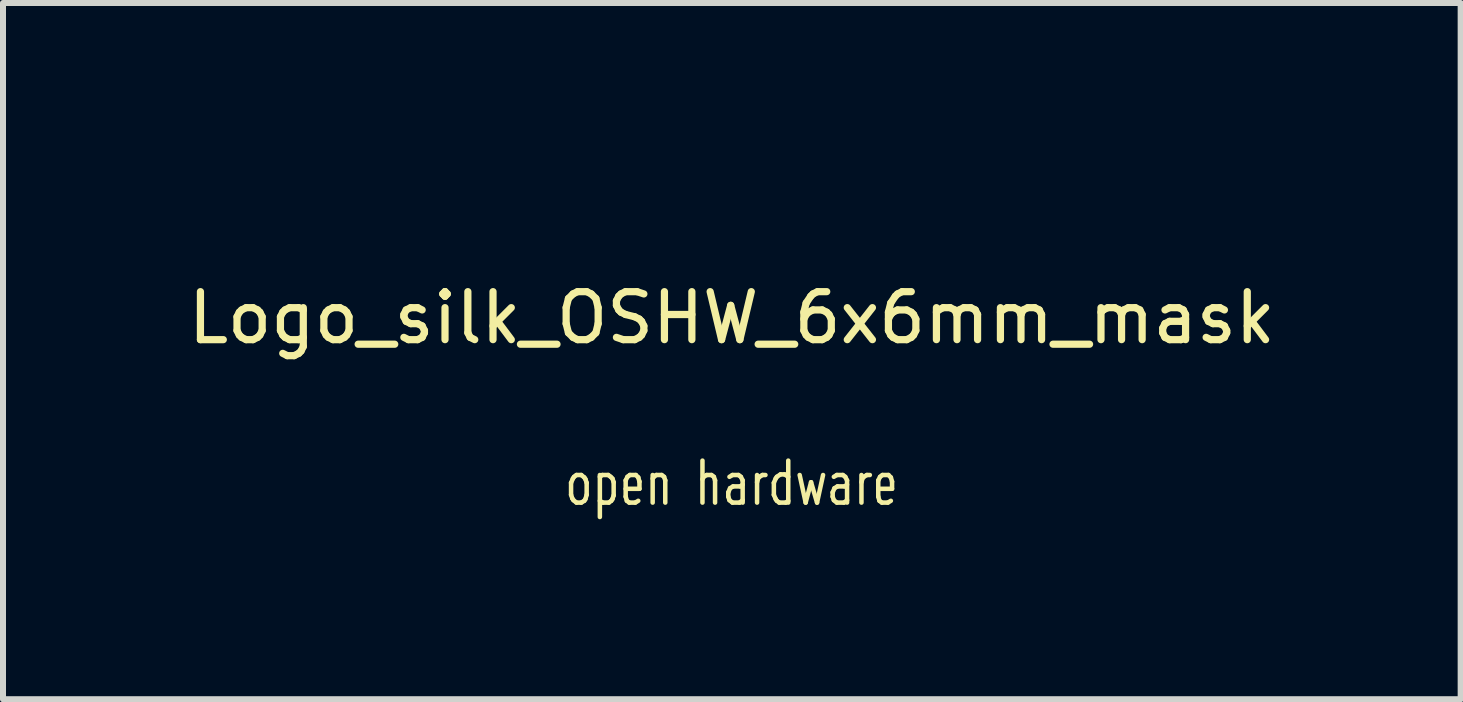
<source format=kicad_pcb>
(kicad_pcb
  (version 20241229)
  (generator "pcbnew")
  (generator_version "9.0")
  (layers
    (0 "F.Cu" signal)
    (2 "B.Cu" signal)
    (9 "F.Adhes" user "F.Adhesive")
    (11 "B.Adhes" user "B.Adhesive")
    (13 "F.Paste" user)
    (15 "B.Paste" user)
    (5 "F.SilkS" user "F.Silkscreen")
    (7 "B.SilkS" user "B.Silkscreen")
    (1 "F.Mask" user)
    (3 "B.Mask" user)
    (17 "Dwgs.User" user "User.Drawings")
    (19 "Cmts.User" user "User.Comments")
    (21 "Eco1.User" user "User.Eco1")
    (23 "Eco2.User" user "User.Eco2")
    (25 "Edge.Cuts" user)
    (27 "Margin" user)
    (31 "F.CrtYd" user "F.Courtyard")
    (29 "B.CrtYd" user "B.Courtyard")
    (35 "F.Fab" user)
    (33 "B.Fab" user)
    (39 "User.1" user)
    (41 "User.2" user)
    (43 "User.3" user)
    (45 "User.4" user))
  (footprint "Logo_silk_OSHW_6x6mm_mask"
    (layer "F.Cu")
    (at 9.148 2.247)
    (property "Reference" "Logo_silk_OSHW_6x6mm_mask" (at 0 0 0) (layer "F.SilkS") (effects (font (size 0.8 0.8) (thickness 0.12))))
    (attr through_hole)
    (fp_poly (pts (xy -1.514 2.245) (xy -1.488 2.23) (xy -1.43 2.195) (xy -1.346 2.139) (xy -1.247 2.073) (xy -1.148 2.007) (xy -1.067 1.953) (xy -1.011 1.915) (xy -0.986 1.902) (xy -0.973 1.908) (xy -0.927 1.93) (xy -0.859 1.966) (xy -0.818 1.986) (xy -0.757 2.012) (xy -0.724 2.019) (xy -0.719 2.009) (xy -0.696 1.961) (xy -0.66 1.88) (xy -0.615 1.77) (xy -0.559 1.643) (xy -0.503 1.509) (xy -0.445 1.369) (xy -0.389 1.234) (xy -0.34 1.115) (xy -0.3 1.019) (xy -0.274 0.95) (xy -0.264 0.922) (xy -0.267 0.914) (xy -0.3 0.884) (xy -0.353 0.843) (xy -0.472 0.747) (xy -0.589 0.602) (xy -0.66 0.437) (xy -0.683 0.251) (xy -0.663 0.081) (xy -0.597 -0.081) (xy -0.483 -0.229) (xy -0.343 -0.338) (xy -0.18 -0.406) (xy 0 -0.429) (xy 0.173 -0.409) (xy 0.34 -0.343) (xy 0.488 -0.231) (xy 0.551 -0.16) (xy 0.638 -0.01) (xy 0.686 0.147) (xy 0.691 0.188) (xy 0.683 0.363) (xy 0.632 0.533) (xy 0.538 0.683) (xy 0.409 0.808) (xy 0.394 0.818) (xy 0.335 0.864) (xy 0.295 0.894) (xy 0.264 0.919) (xy 0.488 1.458) (xy 0.523 1.542) (xy 0.584 1.689) (xy 0.638 1.816) (xy 0.681 1.918) (xy 0.711 1.984) (xy 0.724 2.012) (xy 0.724 2.014) (xy 0.744 2.017) (xy 0.785 2.002) (xy 0.861 1.966) (xy 0.909 1.941) (xy 0.968 1.913) (xy 0.993 1.902) (xy 1.016 1.915) (xy 1.069 1.951) (xy 1.151 2.004) (xy 1.247 2.068) (xy 1.339 2.131) (xy 1.422 2.187) (xy 1.483 2.225) (xy 1.514 2.243) (xy 1.519 2.243) (xy 1.544 2.228) (xy 1.593 2.187) (xy 1.666 2.118) (xy 1.77 2.014) (xy 1.786 1.999) (xy 1.872 1.913) (xy 1.941 1.839) (xy 1.986 1.788) (xy 2.004 1.765) (xy 1.989 1.735) (xy 1.951 1.674) (xy 1.895 1.587) (xy 1.826 1.488) (xy 1.648 1.229) (xy 1.745 0.986) (xy 1.775 0.909) (xy 1.814 0.82) (xy 1.841 0.754) (xy 1.857 0.726) (xy 1.882 0.716) (xy 1.951 0.701) (xy 2.047 0.681) (xy 2.162 0.66) (xy 2.273 0.64) (xy 2.372 0.62) (xy 2.443 0.607) (xy 2.477 0.599) (xy 2.484 0.594) (xy 2.492 0.579) (xy 2.494 0.546) (xy 2.497 0.485) (xy 2.499 0.391) (xy 2.499 0.251) (xy 2.499 0.236) (xy 2.497 0.107) (xy 2.494 0) (xy 2.492 -0.066) (xy 2.487 -0.094) (xy 2.456 -0.102) (xy 2.385 -0.117) (xy 2.286 -0.135) (xy 2.167 -0.157) (xy 2.159 -0.16) (xy 2.042 -0.183) (xy 1.943 -0.203) (xy 1.872 -0.218) (xy 1.844 -0.229) (xy 1.836 -0.236) (xy 1.814 -0.282) (xy 1.781 -0.356) (xy 1.74 -0.445) (xy 1.702 -0.538) (xy 1.669 -0.622) (xy 1.646 -0.683) (xy 1.638 -0.711) (xy 1.641 -0.714) (xy 1.659 -0.742) (xy 1.699 -0.803) (xy 1.755 -0.886) (xy 1.824 -0.988) (xy 1.829 -0.996) (xy 1.897 -1.095) (xy 1.953 -1.181) (xy 1.989 -1.24) (xy 2.004 -1.267) (xy 2.004 -1.27) (xy 1.981 -1.3) (xy 1.93 -1.356) (xy 1.857 -1.433) (xy 1.77 -1.521) (xy 1.742 -1.547) (xy 1.643 -1.643) (xy 1.577 -1.704) (xy 1.534 -1.737) (xy 1.514 -1.745) (xy 1.483 -1.727) (xy 1.42 -1.687) (xy 1.336 -1.628) (xy 1.234 -1.56) (xy 1.227 -1.554) (xy 1.128 -1.486) (xy 1.044 -1.43) (xy 0.986 -1.389) (xy 0.958 -1.374) (xy 0.955 -1.374) (xy 0.914 -1.387) (xy 0.843 -1.412) (xy 0.754 -1.445) (xy 0.663 -1.483) (xy 0.579 -1.519) (xy 0.516 -1.547) (xy 0.485 -1.565) (xy 0.475 -1.6) (xy 0.457 -1.676) (xy 0.437 -1.778) (xy 0.411 -1.9) (xy 0.409 -1.92) (xy 0.386 -2.04) (xy 0.368 -2.139) (xy 0.353 -2.207) (xy 0.345 -2.235) (xy 0.33 -2.238) (xy 0.272 -2.243) (xy 0.183 -2.245) (xy 0.074 -2.245) (xy -0.038 -2.245) (xy -0.147 -2.243) (xy -0.241 -2.24) (xy -0.31 -2.235) (xy -0.338 -2.23) (xy -0.338 -2.228) (xy -0.348 -2.189) (xy -0.366 -2.116) (xy -0.386 -2.012) (xy -0.409 -1.89) (xy -0.414 -1.867) (xy -0.437 -1.75) (xy -0.457 -1.651) (xy -0.47 -1.585) (xy -0.478 -1.557) (xy -0.49 -1.552) (xy -0.538 -1.532) (xy -0.617 -1.499) (xy -0.716 -1.458) (xy -0.945 -1.367) (xy -1.227 -1.557) (xy -1.252 -1.575) (xy -1.354 -1.643) (xy -1.435 -1.699) (xy -1.494 -1.737) (xy -1.516 -1.75) (xy -1.519 -1.75) (xy -1.547 -1.725) (xy -1.603 -1.671) (xy -1.679 -1.598) (xy -1.768 -1.511) (xy -1.831 -1.445) (xy -1.91 -1.367) (xy -1.958 -1.313) (xy -1.986 -1.28) (xy -1.994 -1.26) (xy -1.991 -1.245) (xy -1.974 -1.217) (xy -1.933 -1.156) (xy -1.875 -1.069) (xy -1.806 -0.97) (xy -1.75 -0.886) (xy -1.689 -0.792) (xy -1.651 -0.726) (xy -1.636 -0.693) (xy -1.641 -0.681) (xy -1.659 -0.625) (xy -1.694 -0.541) (xy -1.735 -0.442) (xy -1.834 -0.221) (xy -1.979 -0.193) (xy -2.068 -0.175) (xy -2.189 -0.152) (xy -2.309 -0.13) (xy -2.492 -0.094) (xy -2.499 0.582) (xy -2.471 0.594) (xy -2.443 0.602) (xy -2.375 0.617) (xy -2.278 0.638) (xy -2.162 0.658) (xy -2.065 0.676) (xy -1.966 0.696) (xy -1.895 0.709) (xy -1.864 0.716) (xy -1.854 0.726) (xy -1.831 0.775) (xy -1.796 0.851) (xy -1.755 0.942) (xy -1.717 1.036) (xy -1.681 1.125) (xy -1.659 1.191) (xy -1.648 1.224) (xy -1.661 1.252) (xy -1.699 1.311) (xy -1.753 1.392) (xy -1.821 1.491) (xy -1.887 1.587) (xy -1.946 1.671) (xy -1.984 1.732) (xy -2.002 1.76) (xy -1.991 1.778) (xy -1.953 1.826) (xy -1.88 1.902) (xy -1.768 2.012) (xy -1.75 2.029) (xy -1.664 2.113) (xy -1.59 2.182) (xy -1.537 2.228) (xy -1.514 2.245)) (stroke (width 0.003) (type solid)) (fill yes) (layer "F.Mask"))
    (fp_line (start -2.68 2.75) (end -2.68 2.95) (stroke (width 0.075) (type solid)) (layer "F.SilkS"))
    (fp_line (start -2.68 2.95) (end -2.66 3.01) (stroke (width 0.075) (type solid)) (layer "F.SilkS"))
    (fp_line (start -2.66 3.01) (end -2.64 3.04) (stroke (width 0.075) (type solid)) (layer "F.SilkS"))
    (fp_line (start -2.65 2.68) (end -2.68 2.75) (stroke (width 0.075) (type solid)) (layer "F.SilkS"))
    (fp_line (start -2.64 3.04) (end -2.59 3.08) (stroke (width 0.075) (type solid)) (layer "F.SilkS"))
    (fp_line (start -2.63 2.65) (end -2.65 2.68) (stroke (width 0.075) (type solid)) (layer "F.SilkS"))
    (fp_line (start -2.59 2.62) (end -2.63 2.65) (stroke (width 0.075) (type solid)) (layer "F.SilkS"))
    (fp_line (start -2.59 3.08) (end -2.51 3.08) (stroke (width 0.075) (type solid)) (layer "F.SilkS"))
    (fp_line (start -2.51 2.62) (end -2.59 2.62) (stroke (width 0.075) (type solid)) (layer "F.SilkS"))
    (fp_line (start -2.51 3.08) (end -2.46 3.05) (stroke (width 0.075) (type solid)) (layer "F.SilkS"))
    (fp_line (start -2.46 2.66) (end -2.51 2.62) (stroke (width 0.075) (type solid)) (layer "F.SilkS"))
    (fp_line (start -2.46 3.05) (end -2.44 3.02) (stroke (width 0.075) (type solid)) (layer "F.SilkS"))
    (fp_line (start -2.44 2.69) (end -2.46 2.66) (stroke (width 0.075) (type solid)) (layer "F.SilkS"))
    (fp_line (start -2.44 3.02) (end -2.42 2.95) (stroke (width 0.075) (type solid)) (layer "F.SilkS"))
    (fp_line (start -2.42 2.75) (end -2.44 2.69) (stroke (width 0.075) (type solid)) (layer "F.SilkS"))
    (fp_line (start -2.42 2.95) (end -2.42 2.75) (stroke (width 0.075) (type solid)) (layer "F.SilkS"))
    (fp_line (start -2.2 2.65) (end -2.16 2.62) (stroke (width 0.075) (type solid)) (layer "F.SilkS"))
    (fp_line (start -2.2 3.32) (end -2.2 2.62) (stroke (width 0.075) (type solid)) (layer "F.SilkS"))
    (fp_line (start -2.16 2.62) (end -2.06 2.62) (stroke (width 0.075) (type solid)) (layer "F.SilkS"))
    (fp_line (start -2.15 3.08) (end -2.2 3.05) (stroke (width 0.075) (type solid)) (layer "F.SilkS"))
    (fp_line (start -2.06 2.62) (end -2.02 2.65) (stroke (width 0.075) (type solid)) (layer "F.SilkS"))
    (fp_line (start -2.05 3.08) (end -2.15 3.08) (stroke (width 0.075) (type solid)) (layer "F.SilkS"))
    (fp_line (start -2.02 2.65) (end -1.99 2.68) (stroke (width 0.075) (type solid)) (layer "F.SilkS"))
    (fp_line (start -2.01 3.05) (end -2.05 3.08) (stroke (width 0.075) (type solid)) (layer "F.SilkS"))
    (fp_line (start -1.99 2.68) (end -1.97 2.74) (stroke (width 0.075) (type solid)) (layer "F.SilkS"))
    (fp_line (start -1.99 3.02) (end -2.01 3.05) (stroke (width 0.075) (type solid)) (layer "F.SilkS"))
    (fp_line (start -1.97 2.74) (end -1.97 2.96) (stroke (width 0.075) (type solid)) (layer "F.SilkS"))
    (fp_line (start -1.97 2.96) (end -1.99 3.02) (stroke (width 0.075) (type solid)) (layer "F.SilkS"))
    (fp_line (start -1.77 2.71) (end -1.77 2.98) (stroke (width 0.075) (type solid)) (layer "F.SilkS"))
    (fp_line (start -1.77 2.98) (end -1.75 3.05) (stroke (width 0.075) (type solid)) (layer "F.SilkS"))
    (fp_line (start -1.75 3.05) (end -1.71 3.08) (stroke (width 0.075) (type solid)) (layer "F.SilkS"))
    (fp_line (start -1.74 2.65) (end -1.77 2.71) (stroke (width 0.075) (type solid)) (layer "F.SilkS"))
    (fp_line (start -1.71 3.08) (end -1.61 3.08) (stroke (width 0.075) (type solid)) (layer "F.SilkS"))
    (fp_line (start -1.7 2.62) (end -1.74 2.65) (stroke (width 0.075) (type solid)) (layer "F.SilkS"))
    (fp_line (start -1.61 3.08) (end -1.56 3.05) (stroke (width 0.075) (type solid)) (layer "F.SilkS"))
    (fp_line (start -1.6 2.62) (end -1.7 2.62) (stroke (width 0.075) (type solid)) (layer "F.SilkS"))
    (fp_line (start -1.56 2.66) (end -1.6 2.62) (stroke (width 0.075) (type solid)) (layer "F.SilkS"))
    (fp_line (start -1.54 2.73) (end -1.56 2.66) (stroke (width 0.075) (type solid)) (layer "F.SilkS"))
    (fp_line (start -1.54 2.85) (end -1.77 2.85) (stroke (width 0.075) (type solid)) (layer "F.SilkS"))
    (fp_line (start -1.54 2.85) (end -1.54 2.73) (stroke (width 0.075) (type solid)) (layer "F.SilkS"))
    (fp_line (start -1.32 2.62) (end -1.32 3.08) (stroke (width 0.075) (type solid)) (layer "F.SilkS"))
    (fp_line (start -1.32 2.68) (end -1.3 2.65) (stroke (width 0.075) (type solid)) (layer "F.SilkS"))
    (fp_line (start -1.3 2.65) (end -1.26 2.62) (stroke (width 0.075) (type solid)) (layer "F.SilkS"))
    (fp_line (start -1.26 2.62) (end -1.17 2.62) (stroke (width 0.075) (type solid)) (layer "F.SilkS"))
    (fp_line (start -1.17 2.62) (end -1.13 2.65) (stroke (width 0.075) (type solid)) (layer "F.SilkS"))
    (fp_line (start -1.13 2.65) (end -1.11 2.71) (stroke (width 0.075) (type solid)) (layer "F.SilkS"))
    (fp_line (start -1.11 2.71) (end -1.11 3.08) (stroke (width 0.075) (type solid)) (layer "F.SilkS"))
    (fp_line (start -0.49 2.38) (end -0.49 3.08) (stroke (width 0.075) (type solid)) (layer "F.SilkS"))
    (fp_line (start -0.49 2.69) (end -0.47 2.65) (stroke (width 0.075) (type solid)) (layer "F.SilkS"))
    (fp_line (start -0.47 2.65) (end -0.42 2.62) (stroke (width 0.075) (type solid)) (layer "F.SilkS"))
    (fp_line (start -0.42 2.62) (end -0.34 2.62) (stroke (width 0.075) (type solid)) (layer "F.SilkS"))
    (fp_line (start -0.34 2.62) (end -0.3 2.65) (stroke (width 0.075) (type solid)) (layer "F.SilkS"))
    (fp_line (start -0.3 2.65) (end -0.28 2.71) (stroke (width 0.075) (type solid)) (layer "F.SilkS"))
    (fp_line (start -0.28 2.71) (end -0.28 3.08) (stroke (width 0.075) (type solid)) (layer "F.SilkS"))
    (fp_line (start -0.06 2.91) (end -0.06 2.98) (stroke (width 0.075) (type solid)) (layer "F.SilkS"))
    (fp_line (start -0.06 2.98) (end -0.04 3.04) (stroke (width 0.075) (type solid)) (layer "F.SilkS"))
    (fp_line (start -0.04 2.65) (end 0.01 2.62) (stroke (width 0.075) (type solid)) (layer "F.SilkS"))
    (fp_line (start -0.04 3.04) (end 0.01 3.08) (stroke (width 0.075) (type solid)) (layer "F.SilkS"))
    (fp_line (start -0.03 2.84) (end -0.06 2.91) (stroke (width 0.075) (type solid)) (layer "F.SilkS"))
    (fp_line (start 0.01 2.62) (end 0.11 2.62) (stroke (width 0.075) (type solid)) (layer "F.SilkS"))
    (fp_line (start 0.01 3.08) (end 0.13 3.08) (stroke (width 0.075) (type solid)) (layer "F.SilkS"))
    (fp_line (start 0.02 2.81) (end -0.03 2.84) (stroke (width 0.075) (type solid)) (layer "F.SilkS"))
    (fp_line (start 0.11 2.62) (end 0.15 2.65) (stroke (width 0.075) (type solid)) (layer "F.SilkS"))
    (fp_line (start 0.13 3.08) (end 0.18 3.04) (stroke (width 0.075) (type solid)) (layer "F.SilkS"))
    (fp_line (start 0.14 2.81) (end 0.02 2.81) (stroke (width 0.075) (type solid)) (layer "F.SilkS"))
    (fp_line (start 0.15 2.65) (end 0.18 2.71) (stroke (width 0.075) (type solid)) (layer "F.SilkS"))
    (fp_line (start 0.18 2.71) (end 0.18 3.08) (stroke (width 0.075) (type solid)) (layer "F.SilkS"))
    (fp_line (start 0.18 2.78) (end 0.14 2.81) (stroke (width 0.075) (type solid)) (layer "F.SilkS"))
    (fp_line (start 0.42 2.62) (end 0.42 3.08) (stroke (width 0.075) (type solid)) (layer "F.SilkS"))
    (fp_line (start 0.42 2.74) (end 0.44 2.67) (stroke (width 0.075) (type solid)) (layer "F.SilkS"))
    (fp_line (start 0.44 2.67) (end 0.46 2.65) (stroke (width 0.075) (type solid)) (layer "F.SilkS"))
    (fp_line (start 0.46 2.65) (end 0.51 2.62) (stroke (width 0.075) (type solid)) (layer "F.SilkS"))
    (fp_line (start 0.51 2.62) (end 0.56 2.62) (stroke (width 0.075) (type solid)) (layer "F.SilkS"))
    (fp_line (start 0.7 2.75) (end 0.73 2.68) (stroke (width 0.075) (type solid)) (layer "F.SilkS"))
    (fp_line (start 0.7 2.95) (end 0.7 2.75) (stroke (width 0.075) (type solid)) (layer "F.SilkS"))
    (fp_line (start 0.73 2.68) (end 0.75 2.65) (stroke (width 0.075) (type solid)) (layer "F.SilkS"))
    (fp_line (start 0.73 3.02) (end 0.7 2.95) (stroke (width 0.075) (type solid)) (layer "F.SilkS"))
    (fp_line (start 0.75 2.65) (end 0.81 2.61) (stroke (width 0.075) (type solid)) (layer "F.SilkS"))
    (fp_line (start 0.75 3.05) (end 0.73 3.02) (stroke (width 0.075) (type solid)) (layer "F.SilkS"))
    (fp_line (start 0.79 3.08) (end 0.75 3.05) (stroke (width 0.075) (type solid)) (layer "F.SilkS"))
    (fp_line (start 0.81 2.61) (end 0.88 2.61) (stroke (width 0.075) (type solid)) (layer "F.SilkS"))
    (fp_line (start 0.88 2.61) (end 0.94 2.65) (stroke (width 0.075) (type solid)) (layer "F.SilkS"))
    (fp_line (start 0.9 3.08) (end 0.79 3.08) (stroke (width 0.075) (type solid)) (layer "F.SilkS"))
    (fp_line (start 0.94 2.38) (end 0.94 3.08) (stroke (width 0.075) (type solid)) (layer "F.SilkS"))
    (fp_line (start 0.94 3.05) (end 0.9 3.08) (stroke (width 0.075) (type solid)) (layer "F.SilkS"))
    (fp_line (start 1.13 2.62) (end 1.23 3.08) (stroke (width 0.075) (type solid)) (layer "F.SilkS"))
    (fp_line (start 1.23 3.08) (end 1.32 2.74) (stroke (width 0.075) (type solid)) (layer "F.SilkS"))
    (fp_line (start 1.32 2.74) (end 1.42 3.08) (stroke (width 0.075) (type solid)) (layer "F.SilkS"))
    (fp_line (start 1.42 3.08) (end 1.52 2.62) (stroke (width 0.075) (type solid)) (layer "F.SilkS"))
    (fp_line (start 1.68 2.91) (end 1.68 2.98) (stroke (width 0.075) (type solid)) (layer "F.SilkS"))
    (fp_line (start 1.68 2.98) (end 1.7 3.04) (stroke (width 0.075) (type solid)) (layer "F.SilkS"))
    (fp_line (start 1.7 2.65) (end 1.75 2.62) (stroke (width 0.075) (type solid)) (layer "F.SilkS"))
    (fp_line (start 1.7 3.04) (end 1.75 3.08) (stroke (width 0.075) (type solid)) (layer "F.SilkS"))
    (fp_line (start 1.71 2.84) (end 1.68 2.91) (stroke (width 0.075) (type solid)) (layer "F.SilkS"))
    (fp_line (start 1.75 2.62) (end 1.85 2.62) (stroke (width 0.075) (type solid)) (layer "F.SilkS"))
    (fp_line (start 1.75 3.08) (end 1.87 3.08) (stroke (width 0.075) (type solid)) (layer "F.SilkS"))
    (fp_line (start 1.76 2.81) (end 1.71 2.84) (stroke (width 0.075) (type solid)) (layer "F.SilkS"))
    (fp_line (start 1.85 2.62) (end 1.89 2.65) (stroke (width 0.075) (type solid)) (layer "F.SilkS"))
    (fp_line (start 1.87 3.08) (end 1.92 3.04) (stroke (width 0.075) (type solid)) (layer "F.SilkS"))
    (fp_line (start 1.88 2.81) (end 1.76 2.81) (stroke (width 0.075) (type solid)) (layer "F.SilkS"))
    (fp_line (start 1.89 2.65) (end 1.92 2.71) (stroke (width 0.075) (type solid)) (layer "F.SilkS"))
    (fp_line (start 1.92 2.71) (end 1.92 3.08) (stroke (width 0.075) (type solid)) (layer "F.SilkS"))
    (fp_line (start 1.92 2.78) (end 1.88 2.81) (stroke (width 0.075) (type solid)) (layer "F.SilkS"))
    (fp_line (start 2.16 2.62) (end 2.16 3.08) (stroke (width 0.075) (type solid)) (layer "F.SilkS"))
    (fp_line (start 2.16 2.74) (end 2.18 2.67) (stroke (width 0.075) (type solid)) (layer "F.SilkS"))
    (fp_line (start 2.18 2.67) (end 2.2 2.65) (stroke (width 0.075) (type solid)) (layer "F.SilkS"))
    (fp_line (start 2.2 2.65) (end 2.25 2.62) (stroke (width 0.075) (type solid)) (layer "F.SilkS"))
    (fp_line (start 2.25 2.62) (end 2.3 2.62) (stroke (width 0.075) (type solid)) (layer "F.SilkS"))
    (fp_line (start 2.44 2.71) (end 2.44 2.98) (stroke (width 0.075) (type solid)) (layer "F.SilkS"))
    (fp_line (start 2.44 2.98) (end 2.46 3.05) (stroke (width 0.075) (type solid)) (layer "F.SilkS"))
    (fp_line (start 2.46 3.05) (end 2.5 3.08) (stroke (width 0.075) (type solid)) (layer "F.SilkS"))
    (fp_line (start 2.47 2.65) (end 2.44 2.71) (stroke (width 0.075) (type solid)) (layer "F.SilkS"))
    (fp_line (start 2.5 3.08) (end 2.6 3.08) (stroke (width 0.075) (type solid)) (layer "F.SilkS"))
    (fp_line (start 2.51 2.62) (end 2.47 2.65) (stroke (width 0.075) (type solid)) (layer "F.SilkS"))
    (fp_line (start 2.6 3.08) (end 2.65 3.05) (stroke (width 0.075) (type solid)) (layer "F.SilkS"))
    (fp_line (start 2.61 2.62) (end 2.51 2.62) (stroke (width 0.075) (type solid)) (layer "F.SilkS"))
    (fp_line (start 2.65 2.66) (end 2.61 2.62) (stroke (width 0.075) (type solid)) (layer "F.SilkS"))
    (fp_line (start 2.67 2.73) (end 2.65 2.66) (stroke (width 0.075) (type solid)) (layer "F.SilkS"))
    (fp_line (start 2.67 2.85) (end 2.44 2.85) (stroke (width 0.075) (type solid)) (layer "F.SilkS"))
    (fp_line (start 2.67 2.85) (end 2.67 2.73) (stroke (width 0.075) (type solid)) (layer "F.SilkS")))
  (gr_rect
    (start -3 -3)
    (end 21.295 8.604)
    (stroke (width 0.1) (type default))
    (fill no)
    (layer "Edge.Cuts")))
</source>
